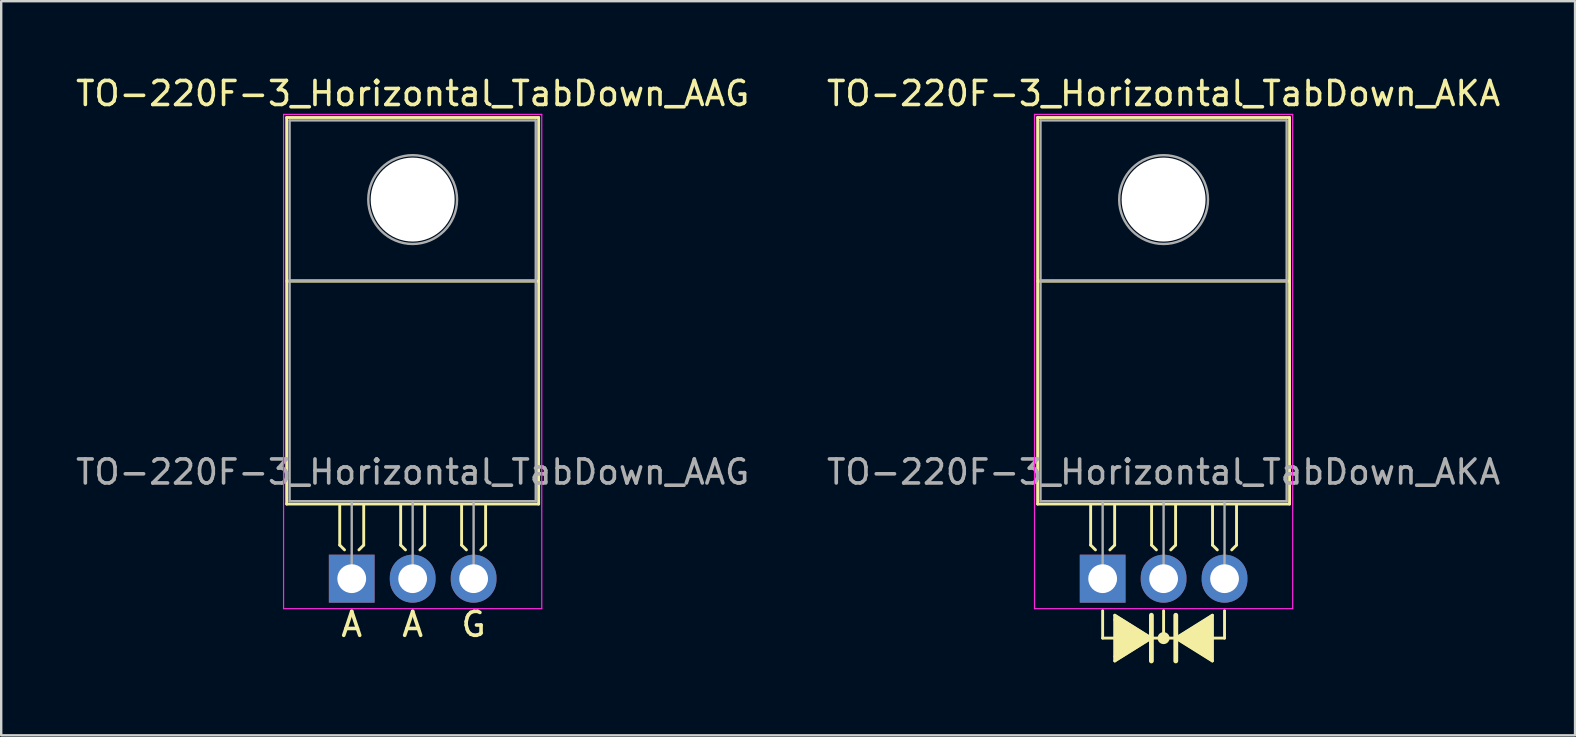
<source format=kicad_pcb>
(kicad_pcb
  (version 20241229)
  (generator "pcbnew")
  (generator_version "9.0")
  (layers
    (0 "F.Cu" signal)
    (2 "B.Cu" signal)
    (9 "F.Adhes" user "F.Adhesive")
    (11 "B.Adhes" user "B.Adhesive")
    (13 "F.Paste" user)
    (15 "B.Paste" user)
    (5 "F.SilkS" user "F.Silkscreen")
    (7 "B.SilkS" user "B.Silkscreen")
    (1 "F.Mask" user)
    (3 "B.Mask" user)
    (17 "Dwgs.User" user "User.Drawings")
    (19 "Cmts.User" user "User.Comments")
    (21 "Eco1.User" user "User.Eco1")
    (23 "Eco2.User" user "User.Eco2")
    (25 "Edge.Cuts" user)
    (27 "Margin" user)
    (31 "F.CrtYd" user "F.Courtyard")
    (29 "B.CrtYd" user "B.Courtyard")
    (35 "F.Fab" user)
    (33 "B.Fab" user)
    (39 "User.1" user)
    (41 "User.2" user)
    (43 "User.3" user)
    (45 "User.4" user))
  (footprint "TO-220F-3_Horizontal_TabDown_AAG"
    (layer "F.Cu")
    (at 11.609 21.068)
    (property "Reference" "TO-220F-3_Horizontal_TabDown_AAG" (at 2.54 -20.22 0) (layer "F.SilkS") (effects (font (size 1 1) (thickness 0.15))))
    (fp_line (start -2.71 -19.22) (end -2.71 -3.11) (stroke (width 0.12) (type solid)) (layer "F.SilkS"))
    (fp_line (start -2.71 -19.22) (end 7.79 -19.22) (stroke (width 0.12) (type solid)) (layer "F.SilkS"))
    (fp_line (start -2.71 -3.11) (end 7.79 -3.11) (stroke (width 0.12) (type solid)) (layer "F.SilkS"))
    (fp_line (start -2.7 -12.4) (end 7.75 -12.4) (stroke (width 0.12) (type solid)) (layer "F.SilkS"))
    (fp_line (start -0.5 -3.048) (end -0.5 -1.4) (stroke (width 0.12) (type solid)) (layer "F.SilkS"))
    (fp_line (start -0.5 -1.4) (end -0.3 -1.2) (stroke (width 0.12) (type solid)) (layer "F.SilkS"))
    (fp_line (start 0.5 -3.048) (end 0.5 -1.4) (stroke (width 0.12) (type solid)) (layer "F.SilkS"))
    (fp_line (start 0.5 -1.4) (end 0.3 -1.2) (stroke (width 0.12) (type solid)) (layer "F.SilkS"))
    (fp_line (start 2.04 -3.048) (end 2.04 -1.4) (stroke (width 0.12) (type solid)) (layer "F.SilkS"))
    (fp_line (start 2.04 -1.4) (end 2.24 -1.2) (stroke (width 0.12) (type solid)) (layer "F.SilkS"))
    (fp_line (start 3.04 -3.048) (end 3.04 -1.4) (stroke (width 0.12) (type solid)) (layer "F.SilkS"))
    (fp_line (start 3.04 -1.4) (end 2.84 -1.2) (stroke (width 0.12) (type solid)) (layer "F.SilkS"))
    (fp_line (start 4.58 -3.048) (end 4.58 -1.4) (stroke (width 0.12) (type solid)) (layer "F.SilkS"))
    (fp_line (start 4.58 -1.4) (end 4.78 -1.2) (stroke (width 0.12) (type solid)) (layer "F.SilkS"))
    (fp_line (start 5.58 -3.048) (end 5.58 -1.4) (stroke (width 0.12) (type solid)) (layer "F.SilkS"))
    (fp_line (start 5.58 -1.4) (end 5.38 -1.2) (stroke (width 0.12) (type solid)) (layer "F.SilkS"))
    (fp_line (start 7.79 -19.22) (end 7.79 -3.11) (stroke (width 0.12) (type solid)) (layer "F.SilkS"))
    (fp_line (start -2.84 -19.35) (end -2.84 1.25) (stroke (width 0.05) (type solid)) (layer "F.CrtYd"))
    (fp_line (start -2.84 1.25) (end 7.92 1.25) (stroke (width 0.05) (type solid)) (layer "F.CrtYd"))
    (fp_line (start 7.92 -19.35) (end -2.84 -19.35) (stroke (width 0.05) (type solid)) (layer "F.CrtYd"))
    (fp_line (start 7.92 1.25) (end 7.92 -19.35) (stroke (width 0.05) (type solid)) (layer "F.CrtYd"))
    (fp_line (start -2.59 -19.1) (end 7.67 -19.1) (stroke (width 0.1) (type solid)) (layer "F.Fab"))
    (fp_line (start -2.59 -12.42) (end -2.59 -19.1) (stroke (width 0.1) (type solid)) (layer "F.Fab"))
    (fp_line (start -2.59 -12.42) (end 7.67 -12.42) (stroke (width 0.1) (type solid)) (layer "F.Fab"))
    (fp_line (start -2.59 -3.23) (end -2.59 -12.42) (stroke (width 0.1) (type solid)) (layer "F.Fab"))
    (fp_line (start 0 -3.23) (end 0 0) (stroke (width 0.1) (type solid)) (layer "F.Fab"))
    (fp_line (start 2.54 -3.23) (end 2.54 0) (stroke (width 0.1) (type solid)) (layer "F.Fab"))
    (fp_line (start 5.08 -3.23) (end 5.08 0) (stroke (width 0.1) (type solid)) (layer "F.Fab"))
    (fp_line (start 7.67 -19.1) (end 7.67 -12.42) (stroke (width 0.1) (type solid)) (layer "F.Fab"))
    (fp_line (start 7.67 -12.42) (end -2.59 -12.42) (stroke (width 0.1) (type solid)) (layer "F.Fab"))
    (fp_line (start 7.67 -12.42) (end 7.67 -3.23) (stroke (width 0.1) (type solid)) (layer "F.Fab"))
    (fp_line (start 7.67 -3.23) (end -2.59 -3.23) (stroke (width 0.1) (type solid)) (layer "F.Fab"))
    (fp_circle (center 2.54 -15.8) (end 4.39 -15.8) (stroke (width 0.1) (type solid)) (fill no) (layer "F.Fab"))
    (fp_text user "A" (at 0 1.905 0) (unlocked yes) (layer "F.SilkS") (effects (font (size 1 1) (thickness 0.15))))
    (fp_text user "G" (at 5.08 1.905 0) (unlocked yes) (layer "F.SilkS") (effects (font (size 1 1) (thickness 0.15))))
    (fp_text user "A" (at 2.54 1.905 0) (unlocked yes) (layer "F.SilkS") (effects (font (size 1 1) (thickness 0.15))))
    (fp_text user "${REFERENCE}" (at 2.54 -4.445 0) (layer "F.Fab") (effects (font (size 1 1) (thickness 0.15))))
    (pad "" np_thru_hole oval (at 2.54 -15.8) (size 3.5 3.5) (drill 3.5) (layers "*.Cu" "*.Mask"))
    (pad "1" thru_hole rect (at 0 0) (size 1.905 2) (drill 1.2) (layers "*.Cu" "*.Mask"))
    (pad "2" thru_hole oval (at 2.54 0) (size 1.905 2) (drill 1.2) (layers "*.Cu" "*.Mask"))
    (pad "3" thru_hole oval (at 5.08 0) (size 1.905 2) (drill 1.2) (layers "*.Cu" "*.Mask")))
  (footprint "TO-220F-3_Horizontal_TabDown_AKA"
    (layer "F.Cu")
    (at 42.906 21.068)
    (property "Reference" "TO-220F-3_Horizontal_TabDown_AKA" (at 2.54 -20.22 0) (layer "F.SilkS") (effects (font (size 1 1) (thickness 0.15))))
    (attr through_hole)
    (fp_line (start -2.71 -19.22) (end -2.71 -3.11) (stroke (width 0.12) (type solid)) (layer "F.SilkS"))
    (fp_line (start -2.71 -19.22) (end 7.79 -19.22) (stroke (width 0.12) (type solid)) (layer "F.SilkS"))
    (fp_line (start -2.71 -3.11) (end 7.79 -3.11) (stroke (width 0.12) (type solid)) (layer "F.SilkS"))
    (fp_line (start -2.7 -12.4) (end 7.75 -12.4) (stroke (width 0.12) (type solid)) (layer "F.SilkS"))
    (fp_line (start -0.5 -3.048) (end -0.5 -1.4) (stroke (width 0.12) (type solid)) (layer "F.SilkS"))
    (fp_line (start -0.5 -1.4) (end -0.3 -1.2) (stroke (width 0.12) (type solid)) (layer "F.SilkS"))
    (fp_line (start 0 1.333) (end 0 2.477) (stroke (width 0.12) (type solid)) (layer "F.SilkS"))
    (fp_line (start 0 2.477) (end 0.508 2.477) (stroke (width 0.12) (type solid)) (layer "F.SilkS"))
    (fp_line (start 0.5 -3.048) (end 0.5 -1.4) (stroke (width 0.12) (type solid)) (layer "F.SilkS"))
    (fp_line (start 0.5 -1.4) (end 0.3 -1.2) (stroke (width 0.12) (type solid)) (layer "F.SilkS"))
    (fp_line (start 0.508 1.714) (end 0.508 1.524) (stroke (width 0.12) (type solid)) (layer "F.SilkS"))
    (fp_line (start 0.508 1.714) (end 0.508 3.239) (stroke (width 0.12) (type solid)) (layer "F.SilkS"))
    (fp_line (start 0.508 3.239) (end 0.508 3.429) (stroke (width 0.12) (type solid)) (layer "F.SilkS"))
    (fp_line (start 2.032 2.477) (end 0.508 1.524) (stroke (width 0.12) (type solid)) (layer "F.SilkS"))
    (fp_line (start 2.032 2.477) (end 0.508 3.429) (stroke (width 0.12) (type solid)) (layer "F.SilkS"))
    (fp_line (start 2.032 3.429) (end 2.032 1.524) (stroke (width 0.2) (type solid)) (layer "F.SilkS"))
    (fp_line (start 2.04 -3.048) (end 2.04 -1.4) (stroke (width 0.12) (type solid)) (layer "F.SilkS"))
    (fp_line (start 2.04 -1.4) (end 2.24 -1.2) (stroke (width 0.12) (type solid)) (layer "F.SilkS"))
    (fp_line (start 2.54 1.333) (end 2.54 2.477) (stroke (width 0.12) (type solid)) (layer "F.SilkS"))
    (fp_line (start 2.54 2.477) (end 2.032 2.477) (stroke (width 0.12) (type solid)) (layer "F.SilkS"))
    (fp_line (start 2.54 2.477) (end 3.048 2.477) (stroke (width 0.12) (type solid)) (layer "F.SilkS"))
    (fp_line (start 3.04 -3.048) (end 3.04 -1.4) (stroke (width 0.12) (type solid)) (layer "F.SilkS"))
    (fp_line (start 3.04 -1.4) (end 2.84 -1.2) (stroke (width 0.12) (type solid)) (layer "F.SilkS"))
    (fp_line (start 3.048 1.524) (end 3.048 3.429) (stroke (width 0.2) (type solid)) (layer "F.SilkS"))
    (fp_line (start 3.048 2.477) (end 4.572 3.429) (stroke (width 0.12) (type solid)) (layer "F.SilkS"))
    (fp_line (start 4.572 1.524) (end 3.048 2.477) (stroke (width 0.12) (type solid)) (layer "F.SilkS"))
    (fp_line (start 4.572 3.429) (end 4.572 1.524) (stroke (width 0.12) (type solid)) (layer "F.SilkS"))
    (fp_line (start 4.58 -3.048) (end 4.58 -1.4) (stroke (width 0.12) (type solid)) (layer "F.SilkS"))
    (fp_line (start 4.58 -1.4) (end 4.78 -1.2) (stroke (width 0.12) (type solid)) (layer "F.SilkS"))
    (fp_line (start 5.08 1.333) (end 5.08 2.477) (stroke (width 0.12) (type solid)) (layer "F.SilkS"))
    (fp_line (start 5.08 2.477) (end 4.572 2.477) (stroke (width 0.12) (type solid)) (layer "F.SilkS"))
    (fp_line (start 5.58 -3.048) (end 5.58 -1.4) (stroke (width 0.12) (type solid)) (layer "F.SilkS"))
    (fp_line (start 5.58 -1.4) (end 5.38 -1.2) (stroke (width 0.12) (type solid)) (layer "F.SilkS"))
    (fp_line (start 7.79 -19.22) (end 7.79 -3.11) (stroke (width 0.12) (type solid)) (layer "F.SilkS"))
    (fp_circle (center 2.54 2.477) (end 2.54 2.54) (stroke (width 0.12) (type solid)) (fill no) (layer "F.SilkS"))
    (fp_circle (center 2.54 2.477) (end 2.54 2.603) (stroke (width 0.12) (type solid)) (fill no) (layer "F.SilkS"))
    (fp_circle (center 2.54 2.477) (end 2.54 2.667) (stroke (width 0.12) (type solid)) (fill no) (layer "F.SilkS"))
    (fp_poly (pts (xy 2.032 2.477) (xy 0.508 3.429) (xy 0.508 1.524)) (stroke (width 0.1) (type solid)) (fill yes) (layer "F.SilkS"))
    (fp_poly (pts (xy 4.572 3.429) (xy 3.048 2.477) (xy 4.572 1.524)) (stroke (width 0.1) (type solid)) (fill yes) (layer "F.SilkS"))
    (fp_line (start -2.84 -19.35) (end -2.84 1.25) (stroke (width 0.05) (type solid)) (layer "F.CrtYd"))
    (fp_line (start -2.84 1.25) (end 7.92 1.25) (stroke (width 0.05) (type solid)) (layer "F.CrtYd"))
    (fp_line (start 7.92 -19.35) (end -2.84 -19.35) (stroke (width 0.05) (type solid)) (layer "F.CrtYd"))
    (fp_line (start 7.92 1.25) (end 7.92 -19.35) (stroke (width 0.05) (type solid)) (layer "F.CrtYd"))
    (fp_line (start -2.59 -19.1) (end 7.67 -19.1) (stroke (width 0.1) (type solid)) (layer "F.Fab"))
    (fp_line (start -2.59 -12.42) (end -2.59 -19.1) (stroke (width 0.1) (type solid)) (layer "F.Fab"))
    (fp_line (start -2.59 -12.42) (end 7.67 -12.42) (stroke (width 0.1) (type solid)) (layer "F.Fab"))
    (fp_line (start -2.59 -3.23) (end -2.59 -12.42) (stroke (width 0.1) (type solid)) (layer "F.Fab"))
    (fp_line (start 0 -3.23) (end 0 0) (stroke (width 0.1) (type solid)) (layer "F.Fab"))
    (fp_line (start 2.54 -3.23) (end 2.54 0) (stroke (width 0.1) (type solid)) (layer "F.Fab"))
    (fp_line (start 5.08 -3.23) (end 5.08 0) (stroke (width 0.1) (type solid)) (layer "F.Fab"))
    (fp_line (start 7.67 -19.1) (end 7.67 -12.42) (stroke (width 0.1) (type solid)) (layer "F.Fab"))
    (fp_line (start 7.67 -12.42) (end -2.59 -12.42) (stroke (width 0.1) (type solid)) (layer "F.Fab"))
    (fp_line (start 7.67 -12.42) (end 7.67 -3.23) (stroke (width 0.1) (type solid)) (layer "F.Fab"))
    (fp_line (start 7.67 -3.23) (end -2.59 -3.23) (stroke (width 0.1) (type solid)) (layer "F.Fab"))
    (fp_circle (center 2.54 -15.8) (end 4.39 -15.8) (stroke (width 0.1) (type solid)) (fill no) (layer "F.Fab"))
    (fp_text user "${REFERENCE}" (at 2.54 -4.445 0) (layer "F.Fab") (effects (font (size 1 1) (thickness 0.15))))
    (pad "" np_thru_hole oval (at 2.54 -15.8) (size 3.5 3.5) (drill 3.5) (layers "*.Cu" "*.Mask"))
    (pad "1" thru_hole rect (at 0 0) (size 1.905 2) (drill 1.2) (layers "*.Cu" "*.Mask"))
    (pad "2" thru_hole oval (at 2.54 0) (size 1.905 2) (drill 1.2) (layers "*.Cu" "*.Mask"))
    (pad "3" thru_hole oval (at 5.08 0) (size 1.905 2) (drill 1.2) (layers "*.Cu" "*.Mask")))
  (gr_rect
    (start -3 -3)
    (end 62.595 27.597)
    (stroke (width 0.1) (type default))
    (fill no)
    (layer "Edge.Cuts")))
</source>
